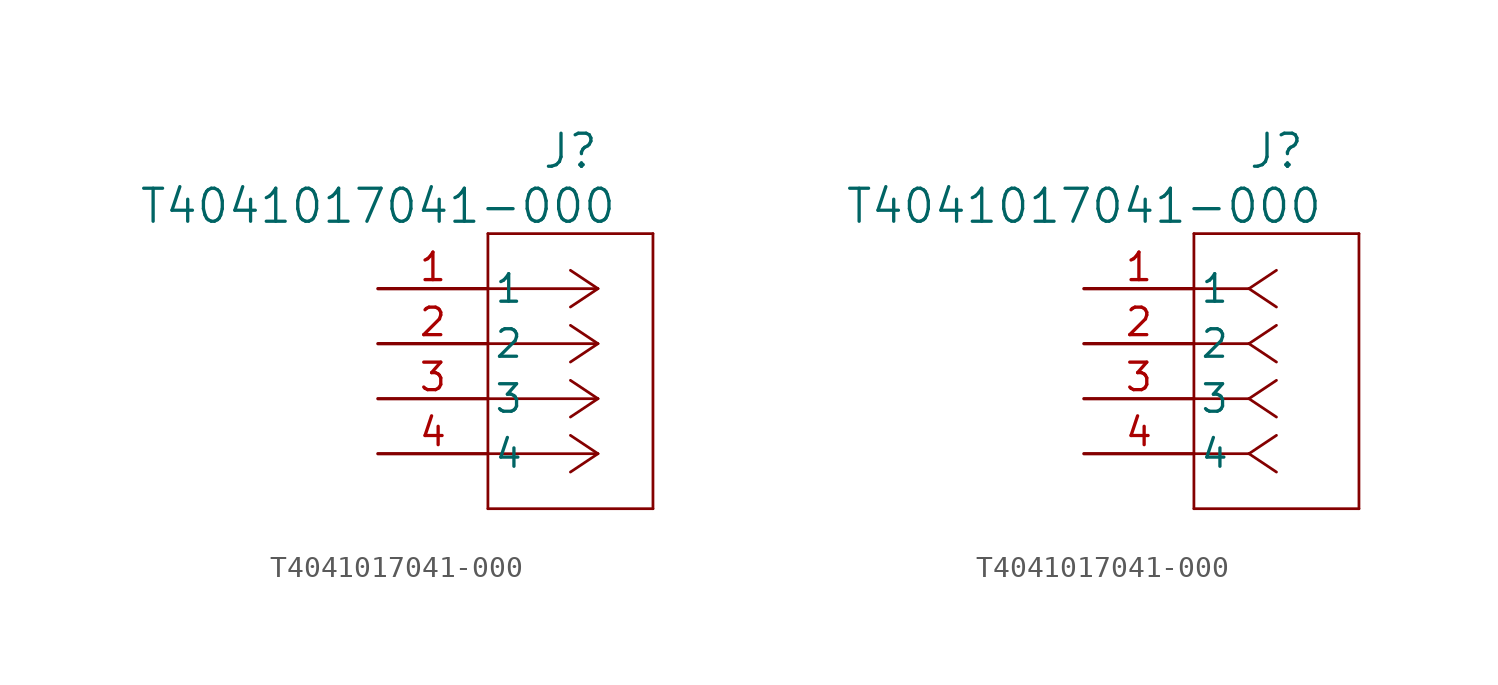
<source format=kicad_sym>
(kicad_symbol_lib
  (version 20220914)
  (generator kicad_symbol_editor)
  (symbol "T4041017041-000"
    (pin_names
      (offset 0.254))
    (property "Reference" "J"
      (at 8.89 6.35 0)
      (effects (font (size 1.524 1.524))))
    (property "Value" "T4041017041-000"
      (at 0 3.81 0)
      (effects (font (size 1.524 1.524))))
    (property "ki_locked" ""
      (at 0 0 0)
      (effects (font (size 1.27 1.27))))
    (symbol "T4041017041-000_1_1"
      (polyline (pts (xy 5.08 -10.16) (xy 12.7 -10.16)) (stroke (width 0.127) (type default)) (fill (type none)))
      (polyline (pts (xy 5.08 2.54) (xy 5.08 -10.16)) (stroke (width 0.127) (type default)) (fill (type none)))
      (polyline (pts (xy 10.16 -7.62) (xy 5.08 -7.62)) (stroke (width 0.127) (type default)) (fill (type none)))
      (polyline (pts (xy 10.16 -7.62) (xy 8.89 -8.467)) (stroke (width 0.127) (type default)) (fill (type none)))
      (polyline (pts (xy 10.16 -7.62) (xy 8.89 -6.773)) (stroke (width 0.127) (type default)) (fill (type none)))
      (polyline (pts (xy 10.16 -5.08) (xy 5.08 -5.08)) (stroke (width 0.127) (type default)) (fill (type none)))
      (polyline (pts (xy 10.16 -5.08) (xy 8.89 -5.927)) (stroke (width 0.127) (type default)) (fill (type none)))
      (polyline (pts (xy 10.16 -5.08) (xy 8.89 -4.233)) (stroke (width 0.127) (type default)) (fill (type none)))
      (polyline (pts (xy 10.16 -2.54) (xy 5.08 -2.54)) (stroke (width 0.127) (type default)) (fill (type none)))
      (polyline (pts (xy 10.16 -2.54) (xy 8.89 -3.387)) (stroke (width 0.127) (type default)) (fill (type none)))
      (polyline (pts (xy 10.16 -2.54) (xy 8.89 -1.693)) (stroke (width 0.127) (type default)) (fill (type none)))
      (polyline (pts (xy 10.16 0) (xy 5.08 0)) (stroke (width 0.127) (type default)) (fill (type none)))
      (polyline (pts (xy 10.16 0) (xy 8.89 -0.847)) (stroke (width 0.127) (type default)) (fill (type none)))
      (polyline (pts (xy 10.16 0) (xy 8.89 0.847)) (stroke (width 0.127) (type default)) (fill (type none)))
      (polyline (pts (xy 12.7 -10.16) (xy 12.7 2.54)) (stroke (width 0.127) (type default)) (fill (type none)))
      (polyline (pts (xy 12.7 2.54) (xy 5.08 2.54)) (stroke (width 0.127) (type default)) (fill (type none)))
      (pin unspecified line (at 0 0 0) (length 5.08) (name "1" (effects (font (size 1.27 1.27)))) (number "1" (effects (font (size 1.27 1.27)))))
      (pin unspecified line (at 0 -2.54 0) (length 5.08) (name "2" (effects (font (size 1.27 1.27)))) (number "2" (effects (font (size 1.27 1.27)))))
      (pin unspecified line (at 0 -5.08 0) (length 5.08) (name "3" (effects (font (size 1.27 1.27)))) (number "3" (effects (font (size 1.27 1.27)))))
      (pin unspecified line (at 0 -7.62 0) (length 5.08) (name "4" (effects (font (size 1.27 1.27)))) (number "4" (effects (font (size 1.27 1.27))))))
    (symbol "T4041017041-000_1_2"
      (polyline (pts (xy 5.08 -10.16) (xy 12.7 -10.16)) (stroke (width 0.127) (type default)) (fill (type none)))
      (polyline (pts (xy 5.08 2.54) (xy 5.08 -10.16)) (stroke (width 0.127) (type default)) (fill (type none)))
      (polyline (pts (xy 7.62 -7.62) (xy 5.08 -7.62)) (stroke (width 0.127) (type default)) (fill (type none)))
      (polyline (pts (xy 7.62 -7.62) (xy 8.89 -8.467)) (stroke (width 0.127) (type default)) (fill (type none)))
      (polyline (pts (xy 7.62 -7.62) (xy 8.89 -6.773)) (stroke (width 0.127) (type default)) (fill (type none)))
      (polyline (pts (xy 7.62 -5.08) (xy 5.08 -5.08)) (stroke (width 0.127) (type default)) (fill (type none)))
      (polyline (pts (xy 7.62 -5.08) (xy 8.89 -5.927)) (stroke (width 0.127) (type default)) (fill (type none)))
      (polyline (pts (xy 7.62 -5.08) (xy 8.89 -4.233)) (stroke (width 0.127) (type default)) (fill (type none)))
      (polyline (pts (xy 7.62 -2.54) (xy 5.08 -2.54)) (stroke (width 0.127) (type default)) (fill (type none)))
      (polyline (pts (xy 7.62 -2.54) (xy 8.89 -3.387)) (stroke (width 0.127) (type default)) (fill (type none)))
      (polyline (pts (xy 7.62 -2.54) (xy 8.89 -1.693)) (stroke (width 0.127) (type default)) (fill (type none)))
      (polyline (pts (xy 7.62 0) (xy 5.08 0)) (stroke (width 0.127) (type default)) (fill (type none)))
      (polyline (pts (xy 7.62 0) (xy 8.89 -0.847)) (stroke (width 0.127) (type default)) (fill (type none)))
      (polyline (pts (xy 7.62 0) (xy 8.89 0.847)) (stroke (width 0.127) (type default)) (fill (type none)))
      (polyline (pts (xy 12.7 -10.16) (xy 12.7 2.54)) (stroke (width 0.127) (type default)) (fill (type none)))
      (polyline (pts (xy 12.7 2.54) (xy 5.08 2.54)) (stroke (width 0.127) (type default)) (fill (type none)))
      (pin unspecified line (at 0 0 0) (length 5.08) (name "1" (effects (font (size 1.27 1.27)))) (number "1" (effects (font (size 1.27 1.27)))))
      (pin unspecified line (at 0 -2.54 0) (length 5.08) (name "2" (effects (font (size 1.27 1.27)))) (number "2" (effects (font (size 1.27 1.27)))))
      (pin unspecified line (at 0 -5.08 0) (length 5.08) (name "3" (effects (font (size 1.27 1.27)))) (number "3" (effects (font (size 1.27 1.27)))))
      (pin unspecified line (at 0 -7.62 0) (length 5.08) (name "4" (effects (font (size 1.27 1.27)))) (number "4" (effects (font (size 1.27 1.27))))))))
</source>
